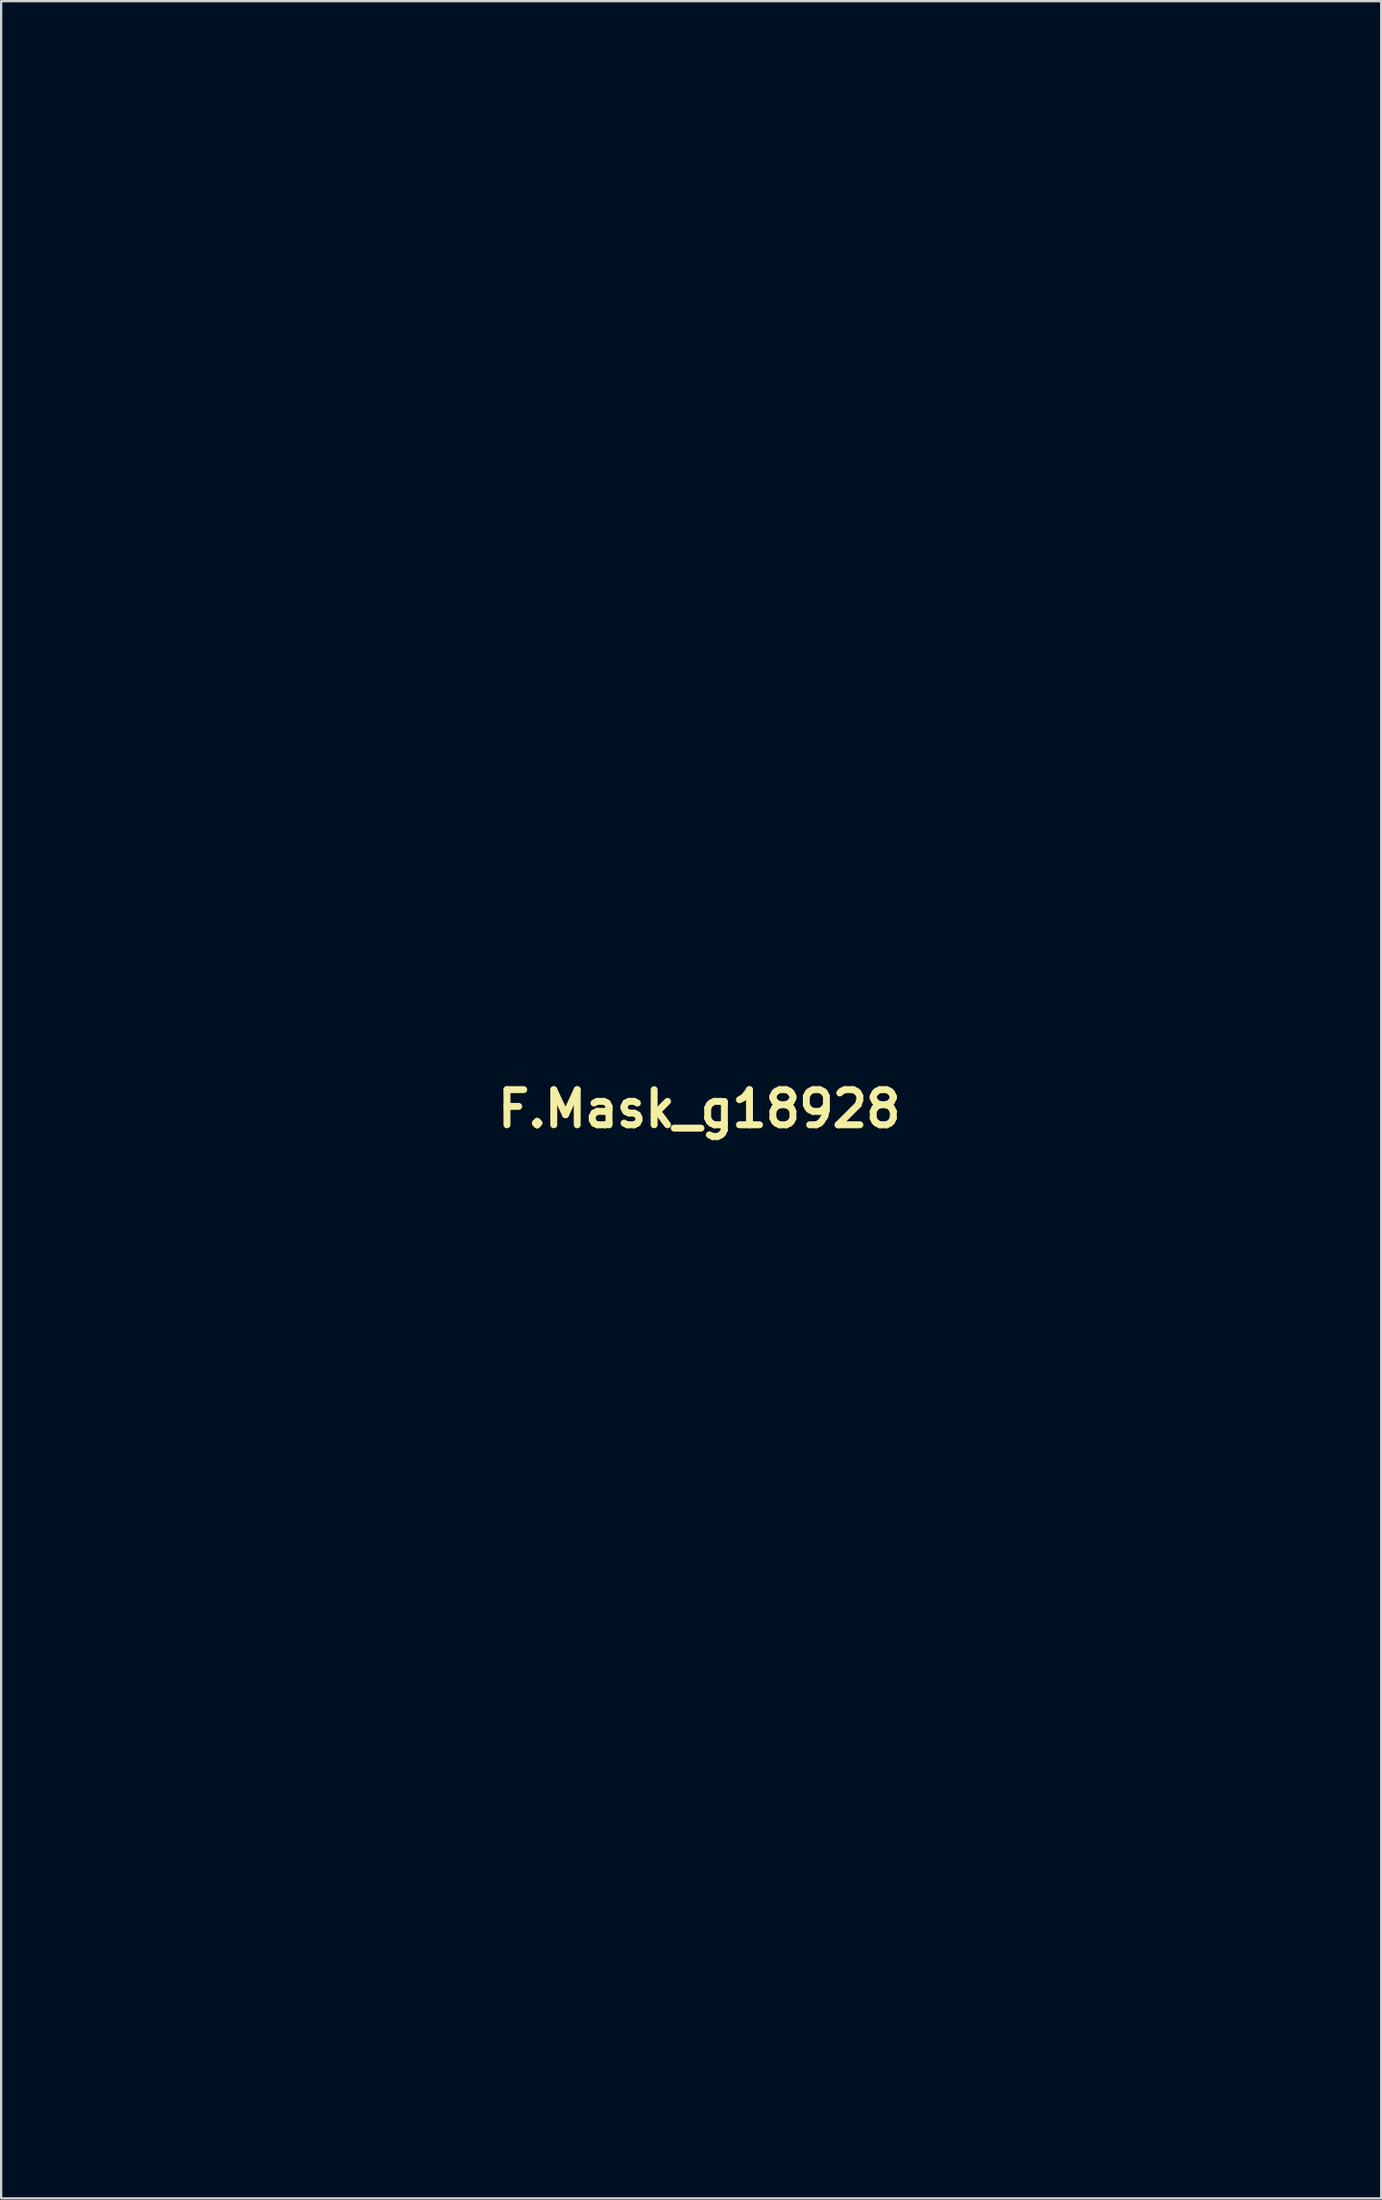
<source format=kicad_pcb>
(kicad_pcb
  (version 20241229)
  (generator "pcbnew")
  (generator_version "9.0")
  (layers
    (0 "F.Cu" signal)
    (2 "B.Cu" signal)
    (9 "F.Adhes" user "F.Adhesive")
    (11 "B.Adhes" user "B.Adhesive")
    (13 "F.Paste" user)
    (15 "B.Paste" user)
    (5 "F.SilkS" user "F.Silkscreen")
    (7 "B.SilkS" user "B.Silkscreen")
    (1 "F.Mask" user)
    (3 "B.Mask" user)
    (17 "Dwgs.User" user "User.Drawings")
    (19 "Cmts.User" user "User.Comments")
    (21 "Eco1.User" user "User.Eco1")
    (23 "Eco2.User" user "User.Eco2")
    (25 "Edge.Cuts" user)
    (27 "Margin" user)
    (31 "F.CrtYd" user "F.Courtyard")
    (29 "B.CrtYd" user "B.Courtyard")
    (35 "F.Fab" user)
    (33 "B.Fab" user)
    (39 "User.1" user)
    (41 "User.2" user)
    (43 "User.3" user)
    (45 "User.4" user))
  (footprint "F.Mask_g18928"
    (layer "F.Cu")
    (at 27.295 45.053)
    (property "Reference" "F.Mask_g18928" (at 0 0 0) (layer "F.SilkS") (effects (font (size 1.524 1.524) (thickness 0.3))))
    (attr through_hole)
    (fp_poly (pts (xy -12.551 -6.91) (xy -12.416 -6.745) (xy -12.362 -6.453) (xy -12.361 -6.428) (xy -12.419 -6.146) (xy -12.57 -5.956) (xy -12.78 -5.886) (xy -12.98 -5.94) (xy -13.088 -6.085) (xy -13.126 -6.317) (xy -13.095 -6.569) (xy -12.997 -6.772) (xy -12.969 -6.803) (xy -12.742 -6.934) (xy -12.551 -6.91)) (stroke (width 0.01) (type solid)) (fill yes) (layer "F.Mask"))
    (fp_poly (pts (xy 5.434 -6.981) (xy 5.622 -6.853) (xy 5.737 -6.671) (xy 5.755 -6.476) (xy 5.655 -6.31) (xy 5.594 -6.268) (xy 5.411 -6.192) (xy 5.261 -6.213) (xy 5.094 -6.316) (xy 4.95 -6.477) (xy 4.926 -6.708) (xy 4.927 -6.718) (xy 4.973 -6.912) (xy 5.092 -6.995) (xy 5.193 -7.013) (xy 5.434 -6.981)) (stroke (width 0.01) (type solid)) (fill yes) (layer "F.Mask"))
    (fp_poly (pts (xy 6.824 -0.148) (xy 7.421 -0.073) (xy 7.918 0.055) (xy 8.309 0.223) (xy 8.586 0.418) (xy 8.741 0.628) (xy 8.768 0.841) (xy 8.659 1.045) (xy 8.407 1.227) (xy 8.005 1.375) (xy 7.753 1.431) (xy 7.411 1.489) (xy 7.173 1.511) (xy 6.979 1.497) (xy 6.773 1.45) (xy 6.566 1.311) (xy 6.391 1.033) (xy 6.262 0.642) (xy 6.204 0.286) (xy 6.154 -0.195) (xy 6.824 -0.148)) (stroke (width 0.01) (type solid)) (fill yes) (layer "F.Mask"))
    (fp_poly (pts (xy -7.056 0.378) (xy -6.859 0.424) (xy -6.547 0.508) (xy -6.168 0.615) (xy -5.864 0.705) (xy -5.404 0.852) (xy -5.104 0.976) (xy -4.954 1.088) (xy -4.949 1.199) (xy -5.082 1.323) (xy -5.344 1.469) (xy -5.389 1.491) (xy -5.712 1.617) (xy -6.08 1.711) (xy -6.445 1.766) (xy -6.758 1.776) (xy -6.97 1.733) (xy -6.995 1.718) (xy -7.096 1.585) (xy -7.181 1.33) (xy -7.256 0.933) (xy -7.277 0.789) (xy -7.34 0.325) (xy -7.056 0.378)) (stroke (width 0.01) (type solid)) (fill yes) (layer "F.Mask"))
    (fp_poly (pts (xy -7.709 1.066) (xy -7.566 1.463) (xy -7.488 1.737) (xy -7.474 1.917) (xy -7.525 2.035) (xy -7.639 2.124) (xy -7.692 2.152) (xy -7.89 2.218) (xy -8.211 2.287) (xy -8.61 2.351) (xy -9.042 2.404) (xy -9.461 2.441) (xy -9.79 2.454) (xy -9.951 2.438) (xy -10.063 2.363) (xy -10.166 2.189) (xy -10.239 2.026) (xy -10.355 1.673) (xy -10.4 1.351) (xy -10.398 1.287) (xy -10.372 0.977) (xy -9.737 0.827) (xy -9.315 0.741) (xy -8.853 0.666) (xy -8.498 0.623) (xy -7.895 0.57) (xy -7.709 1.066)) (stroke (width 0.01) (type solid)) (fill yes) (layer "F.Mask"))
    (fp_poly (pts (xy -11.519 1.372) (xy -11.441 1.449) (xy -11.43 1.564) (xy -11.47 1.721) (xy -11.606 1.854) (xy -11.858 1.975) (xy -12.249 2.096) (xy -12.451 2.148) (xy -12.784 2.214) (xy -13.152 2.26) (xy -13.511 2.283) (xy -13.816 2.283) (xy -14.025 2.257) (xy -14.083 2.23) (xy -14.121 2.126) (xy -14.139 1.963) (xy -14.133 1.821) (xy -14.109 1.778) (xy -14.019 1.762) (xy -13.796 1.719) (xy -13.472 1.654) (xy -13.08 1.575) (xy -13.039 1.566) (xy -12.612 1.484) (xy -12.219 1.417) (xy -11.905 1.371) (xy -11.715 1.355) (xy -11.519 1.372)) (stroke (width 0.01) (type solid)) (fill yes) (layer "F.Mask"))
    (fp_poly (pts (xy 3.179 3.782) (xy 3.608 3.862) (xy 3.936 3.974) (xy 4.071 4.056) (xy 4.184 4.214) (xy 4.279 4.493) (xy 4.357 4.906) (xy 4.423 5.467) (xy 4.454 5.835) (xy 4.512 6.604) (xy 2.743 6.599) (xy 2.201 6.593) (xy 1.708 6.582) (xy 1.291 6.565) (xy 0.979 6.545) (xy 0.802 6.522) (xy 0.782 6.516) (xy 0.634 6.42) (xy 0.531 6.252) (xy 0.466 5.987) (xy 0.432 5.602) (xy 0.423 5.128) (xy 0.423 4.256) (xy 0.953 4.018) (xy 1.347 3.868) (xy 1.751 3.781) (xy 2.184 3.741) (xy 2.691 3.739) (xy 3.179 3.782)) (stroke (width 0.01) (type solid)) (fill yes) (layer "F.Mask"))
    (fp_poly (pts (xy -4.651 5.278) (xy -4.428 5.36) (xy -4.296 5.514) (xy -4.239 5.746) (xy -4.233 5.886) (xy -4.259 6.162) (xy -4.343 6.313) (xy -4.381 6.338) (xy -4.521 6.376) (xy -4.79 6.421) (xy -5.15 6.468) (xy -5.56 6.51) (xy -6.151 6.561) (xy -6.592 6.591) (xy -6.902 6.6) (xy -7.102 6.59) (xy -7.208 6.56) (xy -7.225 6.548) (xy -7.262 6.433) (xy -7.281 6.222) (xy -7.281 6.169) (xy -7.262 5.972) (xy -7.189 5.821) (xy -7.037 5.702) (xy -6.782 5.6) (xy -6.401 5.501) (xy -6.04 5.424) (xy -5.44 5.315) (xy -4.982 5.265) (xy -4.651 5.278)) (stroke (width 0.01) (type solid)) (fill yes) (layer "F.Mask"))
    (fp_poly (pts (xy -9.764 5.294) (xy -9.112 5.315) (xy -8.612 5.381) (xy -8.252 5.496) (xy -8.02 5.666) (xy -7.903 5.899) (xy -7.889 6.193) (xy -7.913 6.329) (xy -7.97 6.43) (xy -8.083 6.501) (xy -8.273 6.547) (xy -8.565 6.575) (xy -8.981 6.589) (xy -9.54 6.596) (xy -10.034 6.596) (xy -10.387 6.587) (xy -10.624 6.567) (xy -10.774 6.532) (xy -10.864 6.48) (xy -10.874 6.471) (xy -10.967 6.282) (xy -11.004 6.005) (xy -10.982 5.714) (xy -10.902 5.48) (xy -10.886 5.456) (xy -10.818 5.385) (xy -10.716 5.338) (xy -10.547 5.311) (xy -10.28 5.297) (xy -9.884 5.294) (xy -9.764 5.294)) (stroke (width 0.01) (type solid)) (fill yes) (layer "F.Mask"))
    (fp_poly (pts (xy -0.851 4.455) (xy -0.538 4.582) (xy -0.249 4.759) (xy -0.064 4.96) (xy 0.039 5.226) (xy 0.08 5.599) (xy 0.083 5.808) (xy 0.085 6.409) (xy -0.818 6.464) (xy -1.221 6.486) (xy -1.587 6.5) (xy -1.867 6.505) (xy -1.982 6.503) (xy -2.208 6.489) (xy -2.525 6.471) (xy -2.791 6.456) (xy -3.092 6.427) (xy -3.332 6.381) (xy -3.447 6.335) (xy -3.508 6.2) (xy -3.545 5.953) (xy -3.558 5.647) (xy -3.548 5.339) (xy -3.514 5.083) (xy -3.456 4.934) (xy -3.449 4.927) (xy -3.322 4.86) (xy -3.08 4.759) (xy -2.768 4.643) (xy -2.666 4.608) (xy -1.978 4.423) (xy -1.378 4.373) (xy -0.851 4.455)) (stroke (width 0.01) (type solid)) (fill yes) (layer "F.Mask"))
    (fp_poly (pts (xy 5.481 -0.151) (xy 5.69 -0.076) (xy 5.831 0.083) (xy 5.928 0.356) (xy 6.004 0.752) (xy 6.045 1.072) (xy 6.039 1.312) (xy 5.963 1.488) (xy 5.798 1.62) (xy 5.523 1.726) (xy 5.116 1.825) (xy 4.709 1.906) (xy 4.287 1.98) (xy 3.981 2.014) (xy 3.743 2.011) (xy 3.526 1.973) (xy 3.514 1.97) (xy 3.344 1.891) (xy 3.282 1.832) (xy 3.212 1.67) (xy 3.125 1.397) (xy 3.035 1.066) (xy 2.958 0.73) (xy 2.921 0.53) (xy 2.895 0.299) (xy 2.925 0.178) (xy 3.03 0.109) (xy 3.062 0.096) (xy 3.285 0.037) (xy 3.628 -0.024) (xy 4.041 -0.081) (xy 4.477 -0.128) (xy 4.885 -0.16) (xy 5.176 -0.169) (xy 5.481 -0.151)) (stroke (width 0.01) (type solid)) (fill yes) (layer "F.Mask"))
    (fp_poly (pts (xy 7.088 3.958) (xy 7.255 3.988) (xy 7.372 4.047) (xy 7.477 4.141) (xy 7.485 4.149) (xy 7.618 4.342) (xy 7.756 4.631) (xy 7.857 4.91) (xy 8.023 5.459) (xy 7.735 5.655) (xy 7.476 5.798) (xy 7.127 5.948) (xy 6.718 6.095) (xy 6.282 6.231) (xy 5.85 6.346) (xy 5.453 6.434) (xy 5.123 6.485) (xy 4.891 6.49) (xy 4.793 6.45) (xy 4.755 6.335) (xy 4.693 6.092) (xy 4.618 5.762) (xy 4.564 5.505) (xy 4.487 5.113) (xy 4.445 4.849) (xy 4.438 4.676) (xy 4.463 4.555) (xy 4.519 4.449) (xy 4.523 4.443) (xy 4.736 4.259) (xy 5.097 4.113) (xy 5.589 4.011) (xy 6.195 3.957) (xy 6.444 3.95) (xy 6.831 3.947) (xy 7.088 3.958)) (stroke (width 0.01) (type solid)) (fill yes) (layer "F.Mask"))
    (fp_poly (pts (xy -13.144 -13.574) (xy -12.154 -13.293) (xy -11.599 -13.059) (xy -10.894 -12.635) (xy -10.275 -12.083) (xy -9.749 -11.422) (xy -9.323 -10.673) (xy -9.002 -9.857) (xy -8.794 -8.994) (xy -8.704 -8.105) (xy -8.738 -7.209) (xy -8.904 -6.328) (xy -9.208 -5.482) (xy -9.228 -5.438) (xy -9.7 -4.622) (xy -10.315 -3.876) (xy -11.057 -3.215) (xy -11.909 -2.656) (xy -12.67 -2.286) (xy -13.214 -2.082) (xy -13.737 -1.937) (xy -14.286 -1.844) (xy -14.91 -1.795) (xy -15.621 -1.781) (xy -16.123 -1.785) (xy -16.492 -1.799) (xy -16.762 -1.826) (xy -16.968 -1.871) (xy -17.147 -1.936) (xy -17.169 -1.946) (xy -17.6 -2.189) (xy -18.07 -2.532) (xy -18.525 -2.931) (xy -18.912 -3.344) (xy -18.928 -3.364) (xy -19.453 -4.138) (xy -19.857 -5.008) (xy -20.122 -5.896) (xy -13.684 -5.896) (xy -13.628 -5.427) (xy -13.455 -5.017) (xy -13.292 -4.813) (xy -12.988 -4.622) (xy -12.615 -4.57) (xy -12.204 -4.66) (xy -12.04 -4.734) (xy -11.581 -5.033) (xy -11.181 -5.412) (xy -10.864 -5.836) (xy -10.657 -6.273) (xy -10.585 -6.684) (xy -10.654 -7.087) (xy -10.832 -7.481) (xy -11.085 -7.8) (xy -11.177 -7.875) (xy -11.514 -8.037) (xy -11.906 -8.111) (xy -12.285 -8.09) (xy -12.497 -8.018) (xy -12.904 -7.729) (xy -13.235 -7.34) (xy -13.48 -6.884) (xy -13.632 -6.392) (xy -13.684 -5.896) (xy -20.122 -5.896) (xy -20.138 -5.947) (xy -20.291 -6.932) (xy -20.314 -7.934) (xy -20.203 -8.929) (xy -19.956 -9.89) (xy -19.806 -10.287) (xy -19.403 -11.056) (xy -18.877 -11.749) (xy -18.256 -12.328) (xy -18.034 -12.49) (xy -17.091 -13.036) (xy -16.123 -13.419) (xy -15.137 -13.636) (xy -14.141 -13.689) (xy -13.144 -13.574)) (stroke (width 0.01) (type solid)) (fill yes) (layer "F.Mask"))
    (fp_poly (pts (xy 12.254 39.516) (xy 13.096 39.653) (xy 13.377 39.716) (xy 13.727 39.797) (xy 14.029 39.867) (xy 14.235 39.914) (xy 14.273 39.922) (xy 14.442 39.996) (xy 14.669 40.14) (xy 14.781 40.226) (xy 15.041 40.413) (xy 15.303 40.569) (xy 15.388 40.61) (xy 15.572 40.72) (xy 15.662 40.838) (xy 15.663 40.853) (xy 15.731 40.964) (xy 15.792 40.979) (xy 15.919 41.048) (xy 16.017 41.19) (xy 16.111 41.346) (xy 16.185 41.402) (xy 16.249 41.47) (xy 16.256 41.519) (xy 16.316 41.669) (xy 16.374 41.733) (xy 16.471 41.881) (xy 16.543 42.104) (xy 16.545 42.114) (xy 16.635 42.376) (xy 16.766 42.589) (xy 16.894 42.835) (xy 16.933 43.077) (xy 16.933 43.371) (xy 16.616 43.306) (xy 16.048 43.251) (xy 15.535 43.337) (xy 15.394 43.388) (xy 15.113 43.464) (xy 14.684 43.532) (xy 14.129 43.59) (xy 13.468 43.638) (xy 12.724 43.674) (xy 11.916 43.699) (xy 11.068 43.71) (xy 10.2 43.707) (xy 9.333 43.688) (xy 8.975 43.676) (xy 8.276 43.635) (xy 7.545 43.569) (xy 6.811 43.482) (xy 6.102 43.379) (xy 5.447 43.264) (xy 4.873 43.141) (xy 4.409 43.016) (xy 4.083 42.893) (xy 4.062 42.883) (xy 3.839 42.681) (xy 3.717 42.395) (xy 3.714 42.164) (xy 3.83 41.97) (xy 4.095 41.858) (xy 4.457 41.825) (xy 4.71 41.809) (xy 5.082 41.764) (xy 5.524 41.697) (xy 5.989 41.615) (xy 6.048 41.604) (xy 6.625 41.502) (xy 7.056 41.448) (xy 7.354 41.443) (xy 7.535 41.488) (xy 7.614 41.582) (xy 7.62 41.632) (xy 7.639 41.715) (xy 7.7 41.688) (xy 7.814 41.539) (xy 7.988 41.258) (xy 8.154 40.972) (xy 8.452 40.528) (xy 8.798 40.182) (xy 9.217 39.919) (xy 9.738 39.725) (xy 10.386 39.583) (xy 10.715 39.534) (xy 11.477 39.477) (xy 12.254 39.516)) (stroke (width 0.01) (type solid)) (fill yes) (layer "F.Mask"))
    (fp_poly (pts (xy 8.578 -15.226) (xy 9.034 -15.212) (xy 9.363 -15.194) (xy 9.606 -15.163) (xy 9.805 -15.11) (xy 10.003 -15.027) (xy 10.24 -14.905) (xy 10.303 -14.871) (xy 11.05 -14.382) (xy 11.678 -13.781) (xy 12.18 -13.084) (xy 12.549 -12.307) (xy 12.778 -11.463) (xy 12.861 -10.569) (xy 12.791 -9.639) (xy 12.747 -9.392) (xy 12.59 -8.762) (xy 12.381 -8.138) (xy 12.14 -7.573) (xy 11.887 -7.121) (xy 11.864 -7.086) (xy 11.567 -6.707) (xy 11.179 -6.287) (xy 10.745 -5.865) (xy 10.305 -5.483) (xy 9.904 -5.181) (xy 9.763 -5.091) (xy 9.039 -4.703) (xy 8.361 -4.429) (xy 7.67 -4.251) (xy 6.932 -4.151) (xy 6.369 -4.105) (xy 5.934 -4.081) (xy 5.59 -4.08) (xy 5.296 -4.102) (xy 5.013 -4.149) (xy 4.806 -4.196) (xy 4.19 -4.395) (xy 3.674 -4.683) (xy 3.21 -5.079) (xy 2.651 -5.746) (xy 2.211 -6.481) (xy 3.579 -6.481) (xy 3.592 -6.395) (xy 3.745 -6.012) (xy 4.029 -5.692) (xy 4.416 -5.446) (xy 4.876 -5.284) (xy 5.38 -5.217) (xy 5.898 -5.255) (xy 6.365 -5.393) (xy 6.647 -5.588) (xy 6.804 -5.865) (xy 6.842 -6.194) (xy 6.763 -6.547) (xy 6.573 -6.895) (xy 6.275 -7.209) (xy 6.072 -7.355) (xy 5.688 -7.539) (xy 5.25 -7.669) (xy 4.821 -7.731) (xy 4.469 -7.71) (xy 4.078 -7.544) (xy 3.784 -7.261) (xy 3.611 -6.896) (xy 3.579 -6.481) (xy 2.211 -6.481) (xy 2.187 -6.521) (xy 1.97 -7.011) (xy 1.887 -7.238) (xy 1.827 -7.451) (xy 1.784 -7.686) (xy 1.754 -7.977) (xy 1.733 -8.359) (xy 1.716 -8.866) (xy 1.712 -9.022) (xy 1.675 -10.466) (xy 1.99 -11.096) (xy 2.471 -11.935) (xy 3.039 -12.691) (xy 3.655 -13.341) (xy 4.328 -13.92) (xy 5.038 -14.384) (xy 5.846 -14.772) (xy 5.946 -14.813) (xy 6.432 -14.994) (xy 6.866 -15.118) (xy 7.297 -15.194) (xy 7.778 -15.229) (xy 8.359 -15.231) (xy 8.578 -15.226)) (stroke (width 0.01) (type solid)) (fill yes) (layer "F.Mask"))
    (fp_poly (pts (xy 6.689 9.822) (xy 7.198 9.829) (xy 7.56 9.851) (xy 7.793 9.89) (xy 7.919 9.951) (xy 7.959 10.037) (xy 7.959 10.041) (xy 7.936 10.112) (xy 7.851 10.165) (xy 7.678 10.208) (xy 7.393 10.244) (xy 6.971 10.28) (xy 6.831 10.291) (xy 6.505 10.319) (xy 6.262 10.35) (xy 6.135 10.377) (xy 6.126 10.387) (xy 6.222 10.413) (xy 6.45 10.451) (xy 6.776 10.496) (xy 7.108 10.537) (xy 7.606 10.6) (xy 7.937 10.661) (xy 8.106 10.726) (xy 8.114 10.803) (xy 7.965 10.899) (xy 7.662 11.021) (xy 7.35 11.128) (xy 6.371 11.411) (xy 5.258 11.653) (xy 4.039 11.853) (xy 2.746 12.007) (xy 1.408 12.113) (xy 0.057 12.166) (xy -1.279 12.165) (xy -2.569 12.107) (xy -2.625 12.103) (xy -3.426 12.028) (xy -4.121 11.923) (xy -4.771 11.777) (xy -5.246 11.641) (xy -5.667 11.525) (xy -6.134 11.418) (xy -6.508 11.35) (xy -6.909 11.284) (xy -7.174 11.214) (xy -7.334 11.112) (xy -7.423 10.952) (xy -7.47 10.709) (xy -7.49 10.537) (xy -7.516 10.249) (xy -7.526 10.036) (xy -7.518 9.945) (xy -7.426 9.95) (xy -7.225 9.998) (xy -7.066 10.045) (xy -6.887 10.09) (xy -6.647 10.125) (xy -6.324 10.154) (xy -5.898 10.176) (xy -5.35 10.194) (xy -4.659 10.208) (xy -4.403 10.212) (xy -3.8 10.222) (xy -3.251 10.234) (xy -2.778 10.247) (xy -2.407 10.26) (xy -2.159 10.272) (xy -2.059 10.283) (xy -1.982 10.384) (xy -1.93 10.581) (xy -1.928 10.6) (xy -1.901 10.772) (xy -1.869 10.791) (xy -1.83 10.71) (xy -1.716 10.423) (xy -1.63 10.259) (xy -1.54 10.183) (xy -1.41 10.161) (xy -1.279 10.16) (xy -1.018 10.192) (xy -0.823 10.317) (xy -0.727 10.42) (xy -0.508 10.681) (xy -0.508 10.416) (xy -0.498 10.25) (xy -0.437 10.178) (xy -0.278 10.168) (xy -0.151 10.176) (xy 0.081 10.207) (xy 0.204 10.283) (xy 0.275 10.445) (xy 0.285 10.477) (xy 0.369 10.691) (xy 0.443 10.738) (xy 0.494 10.624) (xy 0.508 10.42) (xy 0.508 10.088) (xy 0.953 10.041) (xy 1.204 10.021) (xy 1.596 9.997) (xy 2.099 9.972) (xy 2.686 9.945) (xy 3.326 9.919) (xy 3.992 9.894) (xy 4.654 9.87) (xy 5.283 9.851) (xy 5.851 9.835) (xy 6.329 9.825) (xy 6.688 9.822) (xy 6.689 9.822)) (stroke (width 0.01) (type solid)) (fill yes) (layer "F.Mask"))
    (fp_poly (pts (xy -8.311 40.655) (xy -8.262 40.657) (xy -7.745 40.673) (xy -7.361 40.695) (xy -7.076 40.727) (xy -6.852 40.774) (xy -6.655 40.839) (xy -6.542 40.887) (xy -6.048 41.193) (xy -5.601 41.646) (xy -5.22 42.227) (xy -5.171 42.32) (xy -4.994 42.65) (xy -4.86 42.837) (xy -4.754 42.897) (xy -4.658 42.845) (xy -4.63 42.812) (xy -4.478 42.696) (xy -4.216 42.57) (xy -3.9 42.456) (xy -3.588 42.376) (xy -3.514 42.364) (xy -3.255 42.368) (xy -3.097 42.453) (xy -3.069 42.601) (xy -3.077 42.625) (xy -3.198 42.757) (xy -3.441 42.898) (xy -3.765 43.036) (xy -4.13 43.159) (xy -4.497 43.254) (xy -4.825 43.311) (xy -5.074 43.315) (xy -5.193 43.27) (xy -5.353 43.195) (xy -5.559 43.187) (xy -5.732 43.243) (xy -5.788 43.307) (xy -5.886 43.421) (xy -6.044 43.39) (xy -6.267 43.212) (xy -6.432 43.036) (xy -6.613 42.845) (xy -6.702 42.787) (xy -6.701 42.866) (xy -6.61 43.084) (xy -6.479 43.346) (xy -6.358 43.644) (xy -6.365 43.837) (xy -6.5 43.933) (xy -6.625 43.947) (xy -6.807 43.954) (xy -6.831 43.978) (xy -6.711 44.039) (xy -6.689 44.049) (xy -6.599 44.099) (xy -6.608 44.134) (xy -6.736 44.163) (xy -7.006 44.192) (xy -7.112 44.202) (xy -7.461 44.224) (xy -7.925 44.24) (xy -8.468 44.251) (xy -9.058 44.256) (xy -9.658 44.255) (xy -10.234 44.249) (xy -10.751 44.237) (xy -11.176 44.22) (xy -11.473 44.198) (xy -11.515 44.192) (xy -11.874 44.154) (xy -12.285 44.127) (xy -12.512 44.12) (xy -12.806 44.11) (xy -12.984 44.077) (xy -13.097 43.998) (xy -13.199 43.85) (xy -13.219 43.815) (xy -13.324 43.653) (xy -13.429 43.564) (xy -13.589 43.527) (xy -13.854 43.519) (xy -13.924 43.519) (xy -14.602 43.481) (xy -15.181 43.372) (xy -15.652 43.202) (xy -16.004 42.978) (xy -16.227 42.709) (xy -16.31 42.404) (xy -16.244 42.07) (xy -16.066 41.776) (xy -15.84 41.575) (xy -15.515 41.382) (xy -15.157 41.231) (xy -14.834 41.153) (xy -14.764 41.149) (xy -14.515 41.119) (xy -14.217 41.046) (xy -14.13 41.018) (xy -13.806 40.924) (xy -13.408 40.839) (xy -12.979 40.768) (xy -12.559 40.716) (xy -12.191 40.689) (xy -11.914 40.692) (xy -11.793 40.717) (xy -11.633 40.756) (xy -11.369 40.767) (xy -10.979 40.75) (xy -10.565 40.716) (xy -10.079 40.683) (xy -9.494 40.661) (xy -8.881 40.651) (xy -8.311 40.655)) (stroke (width 0.01) (type solid)) (fill yes) (layer "F.Mask"))
    (fp_poly (pts (xy -19.418 -28.631) (xy -19.383 -28.614) (xy -19.263 -28.463) (xy -19.234 -28.215) (xy -19.283 -27.909) (xy -19.396 -27.581) (xy -19.562 -27.27) (xy -19.766 -27.013) (xy -19.996 -26.846) (xy -20.001 -26.844) (xy -20.268 -26.687) (xy -20.556 -26.456) (xy -20.832 -26.187) (xy -21.061 -25.914) (xy -21.211 -25.674) (xy -21.251 -25.531) (xy -21.174 -25.507) (xy -20.974 -25.49) (xy -20.734 -25.485) (xy -20.452 -25.48) (xy -20.305 -25.457) (xy -20.263 -25.406) (xy -20.282 -25.337) (xy -20.405 -25.035) (xy -20.535 -24.679) (xy -20.661 -24.305) (xy -20.773 -23.947) (xy -20.859 -23.641) (xy -20.908 -23.421) (xy -20.91 -23.324) (xy -20.909 -23.323) (xy -20.844 -23.191) (xy -20.874 -22.961) (xy -20.984 -22.664) (xy -21.161 -22.331) (xy -21.391 -21.995) (xy -21.578 -21.772) (xy -21.822 -21.529) (xy -21.981 -21.429) (xy -22.065 -21.474) (xy -22.085 -21.665) (xy -22.067 -21.881) (xy -22.049 -22.169) (xy -22.071 -22.353) (xy -22.097 -22.394) (xy -22.21 -22.386) (xy -22.428 -22.315) (xy -22.705 -22.196) (xy -22.723 -22.187) (xy -23.007 -22.059) (xy -23.236 -21.966) (xy -23.365 -21.929) (xy -23.367 -21.929) (xy -23.484 -21.892) (xy -23.71 -21.792) (xy -24.004 -21.649) (xy -24.139 -21.58) (xy -24.375 -21.451) (xy -24.586 -21.318) (xy -24.787 -21.162) (xy -24.998 -20.966) (xy -25.234 -20.712) (xy -25.513 -20.383) (xy -25.853 -19.96) (xy -26.27 -19.425) (xy -26.446 -19.198) (xy -26.744 -18.827) (xy -26.966 -18.589) (xy -27.123 -18.477) (xy -27.229 -18.48) (xy -27.286 -18.565) (xy -27.29 -18.684) (xy -27.274 -18.937) (xy -27.239 -19.291) (xy -27.19 -19.712) (xy -27.171 -19.856) (xy -27.112 -20.342) (xy -27.063 -20.823) (xy -27.027 -21.245) (xy -27.011 -21.559) (xy -27.01 -21.59) (xy -26.989 -21.954) (xy -26.921 -22.271) (xy -26.79 -22.573) (xy -26.579 -22.889) (xy -26.271 -23.248) (xy -25.849 -23.68) (xy -25.805 -23.723) (xy -25.542 -23.985) (xy -25.373 -24.16) (xy -25.305 -24.239) (xy -25.346 -24.214) (xy -25.439 -24.134) (xy -25.808 -23.823) (xy -26.082 -23.633) (xy -26.276 -23.555) (xy -26.406 -23.581) (xy -26.426 -23.598) (xy -26.464 -23.729) (xy -26.389 -23.931) (xy -26.25 -24.144) (xy -26.022 -24.432) (xy -25.742 -24.756) (xy -25.445 -25.076) (xy -25.166 -25.352) (xy -24.982 -25.513) (xy -24.721 -25.749) (xy -24.449 -26.041) (xy -24.192 -26.355) (xy -23.979 -26.655) (xy -23.836 -26.905) (xy -23.791 -27.057) (xy -23.85 -27.046) (xy -23.999 -26.953) (xy -24.082 -26.892) (xy -24.302 -26.733) (xy -24.421 -26.677) (xy -24.466 -26.714) (xy -24.469 -26.75) (xy -24.398 -26.855) (xy -24.206 -27.017) (xy -23.92 -27.219) (xy -23.57 -27.44) (xy -23.185 -27.663) (xy -22.793 -27.867) (xy -22.733 -27.896) (xy -22.036 -28.202) (xy -21.367 -28.44) (xy -20.748 -28.607) (xy -20.202 -28.698) (xy -19.751 -28.708) (xy -19.418 -28.631)) (stroke (width 0.01) (type solid)) (fill yes) (layer "F.Mask"))
    (fp_poly (pts (xy 20.596 -22.823) (xy 20.864 -22.724) (xy 21.195 -22.578) (xy 21.427 -22.467) (xy 21.902 -22.208) (xy 22.297 -21.936) (xy 22.687 -21.599) (xy 22.861 -21.429) (xy 23.332 -20.919) (xy 23.659 -20.455) (xy 23.848 -20.007) (xy 23.907 -19.547) (xy 23.841 -19.044) (xy 23.66 -18.47) (xy 23.604 -18.33) (xy 23.45 -17.917) (xy 23.311 -17.481) (xy 23.21 -17.099) (xy 23.189 -16.997) (xy 23.115 -16.652) (xy 23.044 -16.467) (xy 22.971 -16.431) (xy 22.913 -16.493) (xy 22.886 -16.601) (xy 22.847 -16.839) (xy 22.802 -17.169) (xy 22.765 -17.467) (xy 22.717 -17.835) (xy 22.666 -18.131) (xy 22.62 -18.32) (xy 22.591 -18.373) (xy 22.561 -18.288) (xy 22.535 -18.035) (xy 22.514 -17.614) (xy 22.499 -17.025) (xy 22.488 -16.27) (xy 22.482 -15.349) (xy 22.48 -14.782) (xy 22.475 -14.208) (xy 22.457 -13.795) (xy 22.423 -13.532) (xy 22.37 -13.41) (xy 22.293 -13.421) (xy 22.189 -13.554) (xy 22.067 -13.774) (xy 21.888 -14.115) (xy 21.765 -14.311) (xy 21.688 -14.358) (xy 21.645 -14.251) (xy 21.625 -13.984) (xy 21.617 -13.572) (xy 21.603 -13.133) (xy 21.573 -12.591) (xy 21.529 -12.011) (xy 21.478 -11.459) (xy 21.472 -11.398) (xy 21.424 -10.952) (xy 21.384 -10.565) (xy 21.354 -10.269) (xy 21.338 -10.095) (xy 21.336 -10.064) (xy 21.283 -9.994) (xy 21.138 -10.043) (xy 21.005 -10.139) (xy 20.911 -10.244) (xy 20.847 -10.401) (xy 20.804 -10.649) (xy 20.771 -11.007) (xy 20.706 -11.471) (xy 20.58 -12.033) (xy 20.408 -12.638) (xy 20.207 -13.232) (xy 19.993 -13.762) (xy 19.877 -14.003) (xy 19.751 -14.285) (xy 19.62 -14.636) (xy 19.549 -14.859) (xy 19.473 -15.095) (xy 19.418 -15.224) (xy 19.395 -15.219) (xy 19.353 -15.088) (xy 19.27 -15.094) (xy 19.187 -15.224) (xy 19.169 -15.285) (xy 19.167 -15.495) (xy 19.226 -15.812) (xy 19.303 -16.084) (xy 19.469 -16.772) (xy 19.494 -17.367) (xy 19.378 -17.871) (xy 19.12 -18.285) (xy 18.784 -18.572) (xy 18.561 -18.74) (xy 18.412 -18.898) (xy 18.374 -18.982) (xy 18.454 -19.109) (xy 18.692 -19.27) (xy 18.915 -19.385) (xy 19.315 -19.566) (xy 19.617 -19.667) (xy 19.872 -19.692) (xy 20.129 -19.642) (xy 20.439 -19.521) (xy 20.53 -19.48) (xy 20.811 -19.358) (xy 21.024 -19.274) (xy 21.131 -19.244) (xy 21.136 -19.245) (xy 21.114 -19.328) (xy 21.028 -19.52) (xy 20.898 -19.782) (xy 20.879 -19.818) (xy 20.592 -20.409) (xy 20.414 -20.875) (xy 20.343 -21.218) (xy 20.355 -21.377) (xy 20.493 -21.606) (xy 20.764 -21.801) (xy 21.133 -21.938) (xy 21.279 -21.969) (xy 21.486 -22.011) (xy 21.543 -22.047) (xy 21.469 -22.093) (xy 21.456 -22.098) (xy 21.115 -22.185) (xy 20.69 -22.23) (xy 20.26 -22.228) (xy 19.955 -22.187) (xy 19.702 -22.143) (xy 19.517 -22.133) (xy 19.468 -22.144) (xy 19.423 -22.244) (xy 19.503 -22.385) (xy 19.672 -22.541) (xy 19.898 -22.689) (xy 20.148 -22.802) (xy 20.388 -22.858) (xy 20.435 -22.86) (xy 20.596 -22.823)) (stroke (width 0.01) (type solid)) (fill yes) (layer "F.Mask"))
    (fp_poly (pts (xy 19.664 -33.625) (xy 19.713 -33.512) (xy 19.652 -33.342) (xy 19.621 -33.287) (xy 19.534 -33.072) (xy 19.566 -32.961) (xy 19.587 -32.83) (xy 19.512 -32.57) (xy 19.438 -32.393) (xy 19.251 -31.937) (xy 19.14 -31.589) (xy 19.107 -31.364) (xy 19.141 -31.28) (xy 19.248 -31.291) (xy 19.469 -31.362) (xy 19.762 -31.479) (xy 19.899 -31.54) (xy 20.298 -31.699) (xy 20.726 -31.837) (xy 21.1 -31.927) (xy 21.148 -31.935) (xy 21.557 -31.978) (xy 21.98 -31.988) (xy 22.373 -31.967) (xy 22.691 -31.918) (xy 22.89 -31.844) (xy 22.903 -31.834) (xy 23.022 -31.683) (xy 22.978 -31.568) (xy 22.772 -31.493) (xy 22.659 -31.476) (xy 22.374 -31.413) (xy 22.019 -31.292) (xy 21.643 -31.134) (xy 21.299 -30.963) (xy 21.036 -30.8) (xy 20.938 -30.715) (xy 20.852 -30.612) (xy 20.869 -30.577) (xy 21.013 -30.596) (xy 21.126 -30.619) (xy 21.633 -30.672) (xy 22.043 -30.606) (xy 22.345 -30.427) (xy 22.526 -30.138) (xy 22.54 -30.093) (xy 22.567 -29.886) (xy 22.573 -29.555) (xy 22.561 -29.143) (xy 22.533 -28.694) (xy 22.489 -28.252) (xy 22.465 -28.067) (xy 22.417 -27.728) (xy 23.011 -28.3) (xy 23.281 -28.556) (xy 23.49 -28.726) (xy 23.682 -28.827) (xy 23.904 -28.875) (xy 24.203 -28.887) (xy 24.623 -28.878) (xy 24.638 -28.877) (xy 25.088 -28.857) (xy 25.383 -28.815) (xy 25.536 -28.738) (xy 25.563 -28.61) (xy 25.476 -28.418) (xy 25.315 -28.18) (xy 25.051 -27.716) (xy 24.934 -27.246) (xy 24.965 -26.757) (xy 25.148 -26.236) (xy 25.483 -25.671) (xy 25.787 -25.27) (xy 26.008 -24.964) (xy 26.164 -24.678) (xy 26.222 -24.504) (xy 26.229 -24.287) (xy 26.163 -24.221) (xy 26.035 -24.311) (xy 25.958 -24.405) (xy 25.818 -24.596) (xy 25.926 -24.384) (xy 25.968 -24.218) (xy 26.006 -23.896) (xy 26.039 -23.414) (xy 26.068 -22.768) (xy 26.089 -22.098) (xy 26.107 -21.442) (xy 26.125 -20.929) (xy 26.146 -20.533) (xy 26.171 -20.227) (xy 26.203 -19.984) (xy 26.246 -19.778) (xy 26.301 -19.584) (xy 26.365 -19.395) (xy 26.473 -19.047) (xy 26.552 -18.716) (xy 26.585 -18.469) (xy 26.585 -18.453) (xy 26.549 -18.215) (xy 26.459 -18.039) (xy 26.343 -17.962) (xy 26.248 -17.999) (xy 26.168 -18.119) (xy 26.028 -18.366) (xy 25.842 -18.715) (xy 25.623 -19.14) (xy 25.384 -19.614) (xy 25.136 -20.111) (xy 24.894 -20.607) (xy 24.67 -21.075) (xy 24.476 -21.489) (xy 24.326 -21.823) (xy 24.232 -22.051) (xy 24.21 -22.119) (xy 24.14 -22.352) (xy 24.073 -22.497) (xy 24.044 -22.521) (xy 24.003 -22.444) (xy 23.951 -22.236) (xy 23.897 -21.938) (xy 23.876 -21.801) (xy 23.808 -21.39) (xy 23.743 -21.136) (xy 23.674 -21.03) (xy 23.597 -21.059) (xy 23.566 -21.102) (xy 23.513 -21.215) (xy 23.41 -21.455) (xy 23.27 -21.793) (xy 23.105 -22.199) (xy 23.01 -22.437) (xy 22.841 -22.851) (xy 22.644 -23.325) (xy 22.427 -23.836) (xy 22.201 -24.362) (xy 21.976 -24.878) (xy 21.761 -25.364) (xy 21.568 -25.796) (xy 21.404 -26.152) (xy 21.282 -26.408) (xy 21.21 -26.543) (xy 21.196 -26.558) (xy 21.208 -26.472) (xy 21.259 -26.255) (xy 21.341 -25.938) (xy 21.446 -25.551) (xy 21.465 -25.48) (xy 21.62 -24.896) (xy 21.718 -24.468) (xy 21.755 -24.191) (xy 21.732 -24.062) (xy 21.647 -24.077) (xy 21.499 -24.231) (xy 21.287 -24.523) (xy 21.206 -24.643) (xy 20.963 -24.977) (xy 20.65 -25.364) (xy 20.32 -25.739) (xy 20.183 -25.884) (xy 19.558 -26.528) (xy 19.549 -27.043) (xy 19.544 -27.253) (xy 19.532 -27.375) (xy 19.509 -27.397) (xy 19.471 -27.306) (xy 19.413 -27.09) (xy 19.33 -26.736) (xy 19.219 -26.234) (xy 19.176 -26.035) (xy 19.004 -25.255) (xy 18.863 -24.625) (xy 18.746 -24.132) (xy 18.652 -23.761) (xy 18.575 -23.497) (xy 18.511 -23.325) (xy 18.457 -23.231) (xy 18.409 -23.199) (xy 18.404 -23.199) (xy 18.276 -23.274) (xy 18.156 -23.501) (xy 18.043 -23.886) (xy 17.935 -24.431) (xy 17.831 -25.141) (xy 17.814 -25.273) (xy 17.779 -25.544) (xy 17.754 -25.661) (xy 17.73 -25.64) (xy 17.7 -25.496) (xy 17.697 -25.478) (xy 17.685 -25.301) (xy 17.684 -24.987) (xy 17.693 -24.566) (xy 17.712 -24.07) (xy 17.74 -23.53) (xy 17.745 -23.446) (xy 17.787 -22.636) (xy 17.807 -21.987) (xy 17.806 -21.489) (xy 17.782 -21.136) (xy 17.736 -20.919) (xy 17.667 -20.831) (xy 17.648 -20.828) (xy 17.521 -20.895) (xy 17.497 -20.934) (xy 17.479 -20.901) (xy 17.462 -20.729) (xy 17.45 -20.448) (xy 17.445 -20.193) (xy 17.434 -19.791) (xy 17.402 -19.454) (xy 17.34 -19.139) (xy 17.234 -18.801) (xy 17.075 -18.397) (xy 16.862 -17.907) (xy 16.712 -17.558) (xy 16.533 -17.121) (xy 16.355 -16.671) (xy 16.279 -16.475) (xy 16.104 -16.038) (xy 15.966 -15.756) (xy 15.86 -15.621) (xy 15.78 -15.626) (xy 15.719 -15.762) (xy 15.718 -15.766) (xy 15.702 -15.905) (xy 15.689 -16.186) (xy 15.677 -16.581) (xy 15.668 -17.065) (xy 15.663 -17.608) (xy 15.662 -17.865) (xy 15.66 -18.542) (xy 15.651 -19.082) (xy 15.631 -19.518) (xy 15.596 -19.882) (xy 15.54 -20.208) (xy 15.46 -20.528) (xy 15.351 -20.873) (xy 15.208 -21.278) (xy 15.202 -21.294) (xy 17.373 -21.294) (xy 17.382 -21.149) (xy 17.409 -21.136) (xy 17.412 -21.144) (xy 17.429 -21.312) (xy 17.415 -21.398) (xy 17.388 -21.432) (xy 17.374 -21.32) (xy 17.373 -21.294) (xy 15.202 -21.294) (xy 15.159 -21.412) (xy 15.021 -21.798) (xy 14.918 -22.098) (xy 17.285 -22.098) (xy 17.299 -21.978) (xy 17.328 -21.992) (xy 17.339 -22.166) (xy 17.328 -22.204) (xy 17.297 -22.214) (xy 17.285 -22.098) (xy 14.918 -22.098) (xy 14.901 -22.147) (xy 14.815 -22.415) (xy 14.78 -22.543) (xy 14.713 -22.73) (xy 14.631 -22.75) (xy 14.532 -22.604) (xy 14.436 -22.352) (xy 14.319 -22.06) (xy 14.221 -21.934) (xy 14.144 -21.971) (xy 14.089 -22.169) (xy 14.06 -22.525) (xy 14.055 -22.813) (xy 14.072 -23.298) (xy 14.12 -23.737) (xy 14.193 -24.096) (xy 14.284 -24.341) (xy 14.344 -24.417) (xy 14.406 -24.532) (xy 14.49 -24.779) (xy 14.585 -25.121) (xy 14.68 -25.525) (xy 14.689 -25.569) (xy 14.796 -26.072) (xy 14.875 -26.428) (xy 14.937 -26.654) (xy 14.993 -26.767) (xy 15.054 -26.786) (xy 15.129 -26.727) (xy 15.23 -26.609) (xy 15.282 -26.547) (xy 15.565 -26.213) (xy 15.626 -26.541) (xy 15.645 -26.849) (xy 15.617 -27.263) (xy 15.551 -27.727) (xy 15.456 -28.187) (xy 15.338 -28.589) (xy 15.315 -28.652) (xy 15.111 -29.149) (xy 14.904 -29.6) (xy 14.713 -29.966) (xy 14.557 -30.21) (xy 14.556 -30.211) (xy 14.413 -30.524) (xy 14.426 -30.902) (xy 14.513 -31.17) (xy 14.69 -31.483) (xy 14.895 -31.673) (xy 15.106 -31.72) (xy 15.146 -31.711) (xy 15.279 -31.625) (xy 15.486 -31.445) (xy 15.731 -31.203) (xy 15.828 -31.1) (xy 16.086 -30.824) (xy 16.257 -30.678) (xy 16.367 -30.667) (xy 16.444 -30.797) (xy 16.515 -31.074) (xy 16.551 -31.242) (xy 16.671 -31.633) (xy 16.857 -32.042) (xy 17.074 -32.405) (xy 17.256 -32.624) (xy 17.433 -32.771) (xy 17.574 -32.81) (xy 17.734 -32.767) (xy 17.928 -32.662) (xy 18.178 -32.484) (xy 18.357 -32.337) (xy 18.744 -31.997) (xy 18.853 -32.191) (xy 18.934 -32.371) (xy 19.037 -32.651) (xy 19.134 -32.947) (xy 19.283 -33.358) (xy 19.427 -33.602) (xy 19.566 -33.677) (xy 19.664 -33.625)) (stroke (width 0.01) (type solid)) (fill yes) (layer "F.Mask"))
    (fp_poly (pts (xy -4.688 -44.885) (xy -4.037 -44.609) (xy -3.415 -44.31) (xy -2.854 -44.004) (xy -2.385 -43.709) (xy -2.039 -43.443) (xy -1.982 -43.389) (xy -1.558 -42.869) (xy -1.214 -42.239) (xy -0.975 -41.552) (xy -0.927 -41.338) (xy -0.881 -40.967) (xy -0.855 -40.459) (xy -0.848 -39.846) (xy -0.858 -39.16) (xy -0.886 -38.432) (xy -0.929 -37.694) (xy -0.987 -36.977) (xy -1.058 -36.314) (xy -1.128 -35.814) (xy -1.24 -35.105) (xy -1.323 -34.552) (xy -1.379 -34.144) (xy -1.407 -33.869) (xy -1.41 -33.716) (xy -1.389 -33.675) (xy -1.362 -33.705) (xy -1.3 -33.847) (xy -1.214 -34.103) (xy -1.117 -34.425) (xy -1.094 -34.509) (xy -0.992 -34.858) (xy -0.888 -35.173) (xy -0.801 -35.393) (xy -0.789 -35.419) (xy -0.696 -35.545) (xy -0.503 -35.773) (xy -0.227 -36.08) (xy 0.114 -36.448) (xy 0.502 -36.857) (xy 0.771 -37.136) (xy 1.337 -37.725) (xy 1.795 -38.223) (xy 2.162 -38.651) (xy 2.454 -39.032) (xy 2.689 -39.389) (xy 2.881 -39.744) (xy 3.049 -40.119) (xy 3.14 -40.351) (xy 3.267 -40.666) (xy 3.378 -40.91) (xy 3.458 -41.046) (xy 3.48 -41.063) (xy 3.579 -40.985) (xy 3.696 -40.772) (xy 3.817 -40.456) (xy 3.927 -40.067) (xy 3.936 -40.03) (xy 4.026 -39.496) (xy 4.058 -38.947) (xy 4.03 -38.441) (xy 3.944 -38.035) (xy 3.941 -38.026) (xy 3.89 -37.869) (xy 3.872 -37.758) (xy 3.897 -37.699) (xy 3.977 -37.699) (xy 4.123 -37.764) (xy 4.346 -37.9) (xy 4.658 -38.113) (xy 5.07 -38.409) (xy 5.592 -38.795) (xy 6.238 -39.277) (xy 6.308 -39.329) (xy 6.973 -39.832) (xy 7.517 -40.252) (xy 7.955 -40.606) (xy 8.304 -40.909) (xy 8.581 -41.176) (xy 8.801 -41.424) (xy 8.982 -41.666) (xy 9.14 -41.92) (xy 9.22 -42.064) (xy 9.395 -42.367) (xy 9.554 -42.602) (xy 9.674 -42.737) (xy 9.712 -42.757) (xy 9.837 -42.673) (xy 9.961 -42.424) (xy 10.082 -42.013) (xy 10.199 -41.446) (xy 10.209 -41.389) (xy 10.276 -40.945) (xy 10.301 -40.591) (xy 10.286 -40.254) (xy 10.25 -39.966) (xy 10.159 -39.473) (xy 10.022 -38.881) (xy 9.855 -38.251) (xy 9.674 -37.642) (xy 9.496 -37.114) (xy 9.428 -36.936) (xy 9.323 -36.638) (xy 9.257 -36.381) (xy 9.244 -36.23) (xy 9.271 -36.17) (xy 9.339 -36.172) (xy 9.467 -36.249) (xy 9.677 -36.413) (xy 9.987 -36.676) (xy 10.058 -36.739) (xy 10.366 -37.001) (xy 10.63 -37.217) (xy 10.823 -37.364) (xy 10.918 -37.423) (xy 10.92 -37.423) (xy 10.998 -37.492) (xy 11.022 -37.56) (xy 11.083 -37.691) (xy 11.222 -37.91) (xy 11.412 -38.184) (xy 11.628 -38.478) (xy 11.845 -38.76) (xy 12.038 -38.996) (xy 12.182 -39.151) (xy 12.245 -39.195) (xy 12.301 -39.15) (xy 12.352 -38.998) (xy 12.397 -38.724) (xy 12.441 -38.314) (xy 12.484 -37.754) (xy 12.498 -37.55) (xy 12.529 -37.181) (xy 12.567 -36.872) (xy 12.607 -36.665) (xy 12.63 -36.606) (xy 12.768 -36.548) (xy 13.014 -36.55) (xy 13.035 -36.552) (xy 13.25 -36.569) (xy 13.351 -36.529) (xy 13.391 -36.409) (xy 13.391 -36.404) (xy 13.437 -36.227) (xy 13.523 -36.131) (xy 13.669 -36.121) (xy 13.893 -36.2) (xy 14.216 -36.372) (xy 14.656 -36.639) (xy 14.659 -36.641) (xy 15.723 -37.261) (xy 16.75 -37.763) (xy 17.724 -38.14) (xy 18.626 -38.386) (xy 18.881 -38.433) (xy 19.334 -38.488) (xy 19.85 -38.518) (xy 20.403 -38.527) (xy 20.97 -38.516) (xy 21.527 -38.487) (xy 22.051 -38.441) (xy 22.516 -38.381) (xy 22.901 -38.309) (xy 23.179 -38.227) (xy 23.329 -38.136) (xy 23.345 -38.071) (xy 23.248 -37.998) (xy 23.047 -37.937) (xy 22.98 -37.926) (xy 22.813 -37.894) (xy 22.622 -37.839) (xy 22.385 -37.752) (xy 22.083 -37.624) (xy 21.695 -37.446) (xy 21.199 -37.209) (xy 20.577 -36.905) (xy 20.489 -36.862) (xy 19.703 -36.46) (xy 19.007 -36.07) (xy 18.367 -35.666) (xy 17.748 -35.224) (xy 17.113 -34.718) (xy 16.428 -34.124) (xy 15.927 -33.669) (xy 15.622 -33.392) (xy 15.359 -33.164) (xy 15.164 -33.004) (xy 15.064 -32.936) (xy 15.059 -32.935) (xy 15.003 -33.007) (xy 14.986 -33.133) (xy 14.938 -33.313) (xy 14.818 -33.537) (xy 14.663 -33.753) (xy 14.51 -33.906) (xy 14.419 -33.948) (xy 14.287 -33.888) (xy 14.251 -33.846) (xy 14.184 -33.708) (xy 14.076 -33.456) (xy 13.947 -33.136) (xy 13.814 -32.793) (xy 13.695 -32.473) (xy 13.606 -32.22) (xy 13.571 -32.103) (xy 13.487 -31.92) (xy 13.345 -31.873) (xy 13.132 -31.963) (xy 12.887 -32.146) (xy 12.458 -32.492) (xy 12.127 -32.726) (xy 11.872 -32.858) (xy 11.671 -32.897) (xy 11.503 -32.85) (xy 11.372 -32.753) (xy 10.937 -32.233) (xy 10.708 -31.8) (xy 10.584 -31.502) (xy 10.901 -31.288) (xy 11.572 -30.741) (xy 12.131 -30.091) (xy 12.563 -29.362) (xy 12.851 -28.58) (xy 12.948 -28.099) (xy 12.992 -27.69) (xy 13.019 -27.238) (xy 13.029 -26.775) (xy 13.024 -26.331) (xy 13.004 -25.937) (xy 12.971 -25.623) (xy 12.924 -25.42) (xy 12.873 -25.358) (xy 12.735 -25.43) (xy 12.545 -25.627) (xy 12.32 -25.921) (xy 12.078 -26.284) (xy 11.838 -26.687) (xy 11.619 -27.102) (xy 11.439 -27.501) (xy 11.385 -27.642) (xy 11.249 -27.993) (xy 11.106 -28.302) (xy 10.931 -28.61) (xy 10.701 -28.959) (xy 10.391 -29.392) (xy 10.337 -29.464) (xy 10.085 -29.785) (xy 9.782 -30.136) (xy 9.452 -30.495) (xy 9.119 -30.837) (xy 8.805 -31.14) (xy 8.533 -31.38) (xy 8.328 -31.534) (xy 8.221 -31.581) (xy 8.051 -31.524) (xy 7.881 -31.344) (xy 7.693 -31.021) (xy 7.633 -30.898) (xy 7.505 -30.597) (xy 7.466 -30.382) (xy 7.522 -30.191) (xy 7.679 -29.965) (xy 7.714 -29.92) (xy 7.958 -29.562) (xy 8.22 -29.086) (xy 8.481 -28.538) (xy 8.72 -27.965) (xy 8.917 -27.413) (xy 9.049 -26.929) (xy 9.055 -26.902) (xy 9.105 -26.573) (xy 9.143 -26.161) (xy 9.161 -25.749) (xy 9.161 -25.72) (xy 9.16 -25.465) (xy 9.147 -25.246) (xy 9.114 -25.032) (xy 9.052 -24.79) (xy 8.953 -24.489) (xy 8.81 -24.097) (xy 8.613 -23.581) (xy 8.596 -23.537) (xy 8.412 -23.066) (xy 8.244 -22.648) (xy 8.104 -22.309) (xy 8.002 -22.076) (xy 7.949 -21.975) (xy 7.916 -22.016) (xy 7.891 -22.204) (xy 7.876 -22.514) (xy 7.874 -22.749) (xy 7.859 -23.239) (xy 7.806 -23.679) (xy 7.704 -24.09) (xy 7.542 -24.494) (xy 7.307 -24.912) (xy 6.988 -25.367) (xy 6.574 -25.88) (xy 6.054 -26.472) (xy 5.691 -26.869) (xy 4.566 -28.086) (xy 3.955 -28.26) (xy 3.621 -28.353) (xy 3.321 -28.433) (xy 3.118 -28.484) (xy 3.111 -28.485) (xy 2.935 -28.565) (xy 2.891 -28.71) (xy 2.98 -28.932) (xy 3.155 -29.185) (xy 3.378 -29.479) (xy 3.611 -29.793) (xy 3.683 -29.892) (xy 4.021 -30.304) (xy 4.452 -30.745) (xy 4.934 -31.179) (xy 5.422 -31.567) (xy 5.876 -31.873) (xy 6.073 -31.982) (xy 6.398 -32.14) (xy 6.687 -32.27) (xy 6.891 -32.352) (xy 6.93 -32.364) (xy 7.076 -32.429) (xy 7.074 -32.498) (xy 6.945 -32.557) (xy 6.71 -32.592) (xy 6.566 -32.597) (xy 6.172 -32.57) (xy 5.658 -32.494) (xy 5.065 -32.378) (xy 4.433 -32.229) (xy 3.801 -32.055) (xy 3.632 -32.004) (xy 2.729 -31.677) (xy 1.928 -31.287) (xy 1.245 -30.847) (xy 0.697 -30.366) (xy 0.3 -29.855) (xy 0.277 -29.816) (xy 0.127 -29.571) (xy -0.006 -29.376) (xy -0.061 -29.31) (xy -0.156 -29.137) (xy -0.169 -29.053) (xy -0.216 -28.87) (xy -0.284 -28.742) (xy -0.366 -28.58) (xy -0.474 -28.312) (xy -0.583 -27.995) (xy -0.587 -27.982) (xy -0.767 -27.49) (xy -0.976 -27.027) (xy -1.195 -26.631) (xy -1.405 -26.342) (xy -1.508 -26.241) (xy -1.722 -26.125) (xy -1.945 -26.078) (xy -2.113 -26.112) (xy -2.151 -26.148) (xy -2.163 -26.248) (xy -2.177 -26.495) (xy -2.193 -26.869) (xy -2.209 -27.349) (xy -2.224 -27.913) (xy -2.238 -28.539) (xy -2.243 -28.794) (xy -2.257 -29.449) (xy -2.272 -30.058) (xy -2.288 -30.597) (xy -2.304 -31.045) (xy -2.32 -31.378) (xy -2.334 -31.572) (xy -2.338 -31.603) (xy -2.454 -31.841) (xy -2.665 -31.973) (xy -2.944 -32.009) (xy -3.264 -31.957) (xy -3.596 -31.829) (xy -3.914 -31.632) (xy -4.188 -31.378) (xy -4.393 -31.075) (xy -4.474 -30.858) (xy -4.512 -30.676) (xy -4.569 -30.357) (xy -4.639 -29.929) (xy -4.719 -29.422) (xy -4.803 -28.867) (xy -4.837 -28.638) (xy -4.919 -28.1) (xy -4.996 -27.628) (xy -5.066 -27.244) (xy -5.123 -26.971) (xy -5.164 -26.831) (xy -5.177 -26.818) (xy -5.237 -26.922) (xy -5.346 -27.156) (xy -5.495 -27.491) (xy -5.671 -27.899) (xy -5.863 -28.354) (xy -6.058 -28.826) (xy -6.245 -29.287) (xy -6.412 -29.711) (xy -6.547 -30.068) (xy -6.56 -30.105) (xy -6.711 -30.501) (xy -6.871 -30.892) (xy -7.014 -31.213) (xy -7.056 -31.301) (xy -7.418 -31.848) (xy -7.895 -32.317) (xy -8.452 -32.683) (xy -9.053 -32.922) (xy -9.447 -32.996) (xy -9.712 -33.017) (xy -9.862 -32.998) (xy -9.947 -32.924) (xy -9.999 -32.825) (xy -10.048 -32.62) (xy -10.027 -32.355) (xy -9.931 -32.01) (xy -9.755 -31.569) (xy -9.491 -31.011) (xy -9.375 -30.78) (xy -8.901 -29.911) (xy -8.372 -29.053) (xy -7.818 -28.245) (xy -7.265 -27.529) (xy -6.901 -27.114) (xy -6.614 -26.797) (xy -6.44 -26.583) (xy -6.372 -26.461) (xy -6.401 -26.417) (xy -6.412 -26.416) (xy -6.534 -26.453) (xy -6.772 -26.566) (xy -7.13 -26.757) (xy -7.612 -27.028) (xy -8.223 -27.383) (xy -8.966 -27.824) (xy -9.848 -28.352) (xy -10.023 -28.458) (xy -11.199 -29.168) (xy -11.531 -29.803) (xy -11.789 -30.264) (xy -12.014 -30.584) (xy -12.224 -30.784) (xy -12.441 -30.883) (xy -12.622 -30.903) (xy -12.815 -30.888) (xy -12.938 -30.823) (xy -13.005 -30.676) (xy -13.034 -30.418) (xy -13.039 -30.092) (xy -13.042 -29.82) (xy -13.07 -29.65) (xy -13.15 -29.571) (xy -13.312 -29.574) (xy -13.584 -29.647) (xy -13.924 -29.756) (xy -14.312 -29.858) (xy -14.788 -29.944) (xy -15.321 -30.012) (xy -15.879 -30.062) (xy -16.433 -30.091) (xy -16.95 -30.098) (xy -17.401 -30.082) (xy -17.754 -30.041) (xy -17.978 -29.974) (xy -18.009 -29.954) (xy -18.083 -29.826) (xy -18.148 -29.599) (xy -18.167 -29.498) (xy -18.212 -29.265) (xy -18.259 -29.115) (xy -18.277 -29.091) (xy -18.382 -29.091) (xy -18.609 -29.121) (xy -18.915 -29.173) (xy -19.257 -29.239) (xy -19.592 -29.31) (xy -19.877 -29.377) (xy -20.07 -29.434) (xy -20.102 -29.446) (xy -20.264 -29.506) (xy -20.538 -29.592) (xy -20.871 -29.69) (xy -20.955 -29.713) (xy -21.629 -29.933) (xy -22.296 -30.214) (xy -22.926 -30.537) (xy -23.489 -30.886) (xy -23.952 -31.242) (xy -24.286 -31.588) (xy -24.331 -31.649) (xy -24.505 -31.951) (xy -24.654 -32.295) (xy -24.687 -32.394) (xy -24.75 -32.678) (xy -24.794 -33.021) (xy -24.817 -33.373) (xy -24.816 -33.682) (xy -24.788 -33.897) (xy -24.769 -33.945) (xy -24.644 -34.035) (xy -24.493 -33.972) (xy -24.336 -33.766) (xy -24.31 -33.718) (xy -24.168 -33.479) (xy -24.02 -33.288) (xy -23.991 -33.26) (xy -23.768 -33.116) (xy -23.408 -32.954) (xy -22.94 -32.785) (xy -22.393 -32.619) (xy -22.295 -32.593) (xy -21.916 -32.477) (xy -21.537 -32.34) (xy -21.245 -32.213) (xy -20.831 -32.003) (xy -20.929 -32.217) (xy -20.976 -32.333) (xy -20.988 -32.426) (xy -20.951 -32.498) (xy -20.848 -32.551) (xy -20.663 -32.588) (xy -20.38 -32.613) (xy -19.984 -32.627) (xy -19.458 -32.632) (xy -18.786 -32.633) (xy -18.389 -32.632) (xy -15.96 -32.624) (xy -15.367 -32.392) (xy -14.875 -32.216) (xy -14.463 -32.099) (xy -14.154 -32.047) (xy -13.968 -32.066) (xy -13.941 -32.084) (xy -13.941 -32.196) (xy -14.07 -32.383) (xy -14.313 -32.632) (xy -14.655 -32.93) (xy -15.081 -33.264) (xy -15.575 -33.62) (xy -16.008 -33.909) (xy -1.778 -33.909) (xy -1.736 -33.867) (xy -1.693 -33.909) (xy -1.736 -33.951) (xy -1.778 -33.909) (xy -16.008 -33.909) (xy -16.124 -33.986) (xy -16.208 -34.04) (xy -16.862 -34.467) (xy -17.51 -34.91) (xy -18.135 -35.357) (xy -18.725 -35.796) (xy -19.265 -36.217) (xy -19.741 -36.608) (xy -20.137 -36.956) (xy -20.441 -37.251) (xy -20.637 -37.481) (xy -20.712 -37.634) (xy -20.704 -37.671) (xy -20.584 -37.719) (xy -20.298 -37.741) (xy -19.845 -37.738) (xy -19.226 -37.711) (xy -18.439 -37.658) (xy -17.526 -37.584) (xy -15.923 -37.391) (xy -14.411 -37.094) (xy -12.94 -36.681) (xy -11.869 -36.301) (xy -11.513 -36.171) (xy -11.218 -36.074) (xy -11.016 -36.02) (xy -10.944 -36.017) (xy -10.93 -36.099) (xy -10.997 -36.249) (xy -11.152 -36.48) (xy -11.406 -36.805) (xy -11.766 -37.236) (xy -11.863 -37.349) (xy -12.319 -37.883) (xy -12.679 -38.311) (xy -12.96 -38.657) (xy -13.178 -38.942) (xy -13.349 -39.188) (xy -13.491 -39.417) (xy -13.618 -39.651) (xy -13.71 -39.836) (xy -13.923 -40.303) (xy -14.041 -40.648) (xy -14.068 -40.89) (xy -14.007 -41.046) (xy -13.955 -41.09) (xy -13.824 -41.097) (xy -13.564 -41.052) (xy -13.203 -40.964) (xy -12.77 -40.84) (xy -12.293 -40.691) (xy -11.801 -40.526) (xy -11.323 -40.353) (xy -10.886 -40.181) (xy -10.521 -40.019) (xy -10.456 -39.988) (xy -9.561 -39.48) (xy -8.719 -38.882) (xy -7.964 -38.22) (xy -7.328 -37.524) (xy -7.058 -37.16) (xy -6.868 -36.876) (xy -6.745 -36.661) (xy -6.674 -36.461) (xy -6.635 -36.219) (xy -6.611 -35.881) (xy -6.603 -35.741) (xy -6.583 -35.375) (xy -6.566 -35.162) (xy -6.549 -35.091) (xy -6.528 -35.145) (xy -6.498 -35.311) (xy -6.492 -35.348) (xy -6.37 -36.008) (xy -6.216 -36.616) (xy -6.016 -37.222) (xy -5.753 -37.877) (xy -5.452 -38.542) (xy -5.229 -39.023) (xy -5.02 -39.485) (xy -4.842 -39.893) (xy -4.709 -40.21) (xy -4.648 -40.369) (xy -4.483 -41.067) (xy -4.427 -41.849) (xy -4.481 -42.67) (xy -4.641 -43.487) (xy -4.793 -43.973) (xy -4.907 -44.302) (xy -5.001 -44.599) (xy -5.055 -44.804) (xy -5.056 -44.813) (xy -5.1 -45.048) (xy -4.688 -44.885)) (stroke (width 0.01) (type solid)) (fill yes) (layer "F.Mask")))
  (gr_rect
    (start -3 -3)
    (end 56.885 92.314)
    (stroke (width 0.1) (type default))
    (fill no)
    (layer "Edge.Cuts")))
</source>
